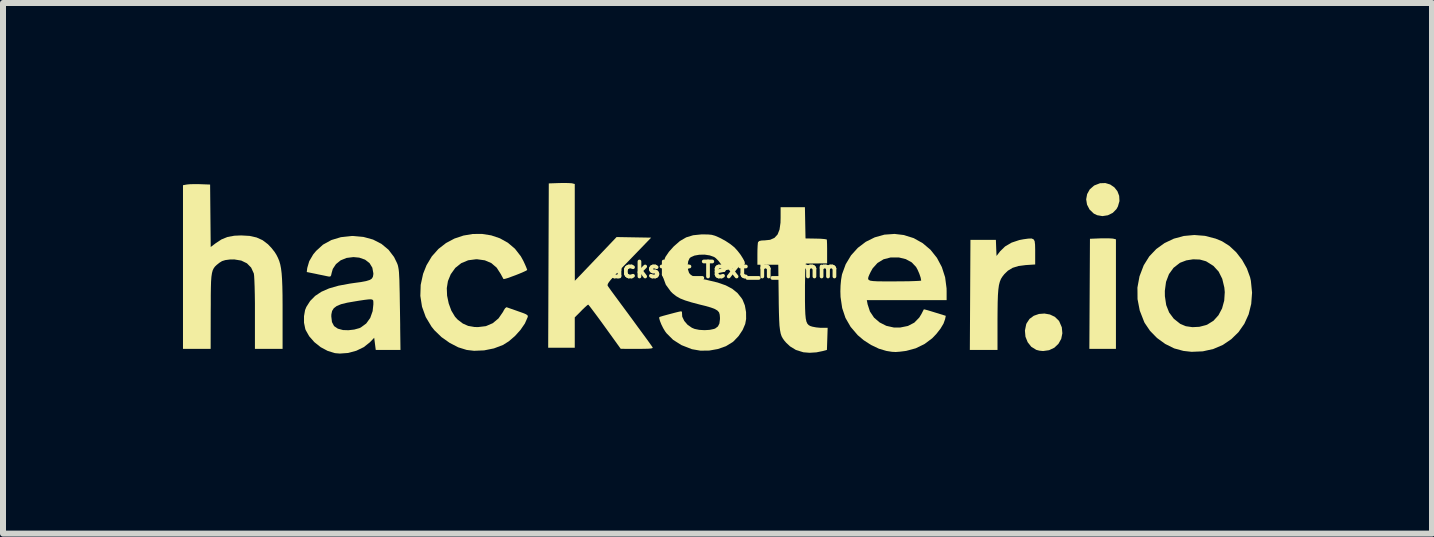
<source format=kicad_pcb>
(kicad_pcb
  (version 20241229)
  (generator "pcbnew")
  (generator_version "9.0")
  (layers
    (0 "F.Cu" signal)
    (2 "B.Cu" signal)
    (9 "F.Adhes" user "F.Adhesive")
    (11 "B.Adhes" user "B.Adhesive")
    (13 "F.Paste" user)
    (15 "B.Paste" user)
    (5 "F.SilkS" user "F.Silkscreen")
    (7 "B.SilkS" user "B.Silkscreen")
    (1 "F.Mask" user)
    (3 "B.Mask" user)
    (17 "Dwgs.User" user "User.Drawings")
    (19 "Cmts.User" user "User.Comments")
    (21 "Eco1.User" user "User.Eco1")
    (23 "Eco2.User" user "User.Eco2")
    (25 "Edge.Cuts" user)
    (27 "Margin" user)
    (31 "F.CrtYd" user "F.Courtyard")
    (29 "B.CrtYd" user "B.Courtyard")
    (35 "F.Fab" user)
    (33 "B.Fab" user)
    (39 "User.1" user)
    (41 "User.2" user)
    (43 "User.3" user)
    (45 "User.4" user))
  (footprint "Hackster_Text_h_4mm"
    (layer "F.Cu")
    (at 8.882 1.446)
    (property "Reference" "Hackster_Text_h_4mm" (at 0 0 0) (layer "F.SilkS") (effects (font (size 0.25 0.25) (thickness 0.062))))
    (attr board_only exclude_from_pos_files exclude_from_bom)
    (fp_poly (pts (xy 6.56 -0.523) (xy 6.611 -0.52) (xy 6.624 -0.518) (xy 6.668 -0.507) (xy 6.668 0.406) (xy 6.668 1.319) (xy 6.447 1.319) (xy 6.225 1.319) (xy 6.23 0.401) (xy 6.235 -0.516) (xy 6.407 -0.523) (xy 6.488 -0.524)) (stroke (width 0) (type solid)) (fill yes) (layer "F.SilkS"))
    (fp_poly (pts (xy 6.572 -1.421) (xy 6.641 -1.374) (xy 6.692 -1.31) (xy 6.722 -1.232) (xy 6.727 -1.145) (xy 6.701 -1.055) (xy 6.677 -1.011) (xy 6.615 -0.948) (xy 6.534 -0.908) (xy 6.443 -0.894) (xy 6.355 -0.909) (xy 6.299 -0.936) (xy 6.228 -1.004) (xy 6.186 -1.086) (xy 6.172 -1.174) (xy 6.188 -1.261) (xy 6.232 -1.34) (xy 6.304 -1.403) (xy 6.31 -1.406) (xy 6.403 -1.442) (xy 6.492 -1.445)) (stroke (width 0) (type solid)) (fill yes) (layer "F.SilkS"))
    (fp_poly (pts (xy 5.568 0.746) (xy 5.65 0.785) (xy 5.715 0.848) (xy 5.724 0.862) (xy 5.766 0.96) (xy 5.775 1.059) (xy 5.756 1.152) (xy 5.71 1.234) (xy 5.642 1.299) (xy 5.554 1.341) (xy 5.454 1.355) (xy 5.394 1.349) (xy 5.342 1.336) (xy 5.34 1.335) (xy 5.257 1.284) (xy 5.197 1.208) (xy 5.16 1.116) (xy 5.151 1.014) (xy 5.172 0.91) (xy 5.179 0.893) (xy 5.228 0.819) (xy 5.299 0.767) (xy 5.385 0.737) (xy 5.477 0.73)) (stroke (width 0) (type solid)) (fill yes) (layer "F.SilkS"))
    (fp_poly (pts (xy 5.294 -0.508) (xy 5.313 -0.477) (xy 5.32 -0.42) (xy 5.322 -0.334) (xy 5.322 -0.297) (xy 5.322 -0.088) (xy 5.166 -0.078) (xy 5.043 -0.062) (xy 4.946 -0.032) (xy 4.867 0.016) (xy 4.809 0.072) (xy 4.778 0.111) (xy 4.752 0.152) (xy 4.733 0.199) (xy 4.718 0.257) (xy 4.708 0.331) (xy 4.701 0.424) (xy 4.697 0.541) (xy 4.695 0.687) (xy 4.694 0.833) (xy 4.694 1.337) (xy 4.464 1.337) (xy 4.233 1.337) (xy 4.238 0.42) (xy 4.243 -0.498) (xy 4.455 -0.498) (xy 4.667 -0.498) (xy 4.672 -0.364) (xy 4.678 -0.23) (xy 4.738 -0.308) (xy 4.82 -0.388) (xy 4.929 -0.452) (xy 5.058 -0.495) (xy 5.127 -0.508) (xy 5.206 -0.519) (xy 5.261 -0.521)) (stroke (width 0) (type solid)) (fill yes) (layer "F.SilkS"))
    (fp_poly (pts (xy -2.459 -1.445) (xy -2.408 -1.442) (xy -2.395 -1.44) (xy -2.352 -1.429) (xy -2.352 -0.622) (xy -2.351 0.184) (xy -2.236 0.065) (xy -2.184 0.01) (xy -2.114 -0.063) (xy -2.032 -0.149) (xy -1.946 -0.239) (xy -1.888 -0.3) (xy -1.655 -0.545) (xy -1.367 -0.54) (xy -1.079 -0.535) (xy -1.451 -0.15) (xy -1.559 -0.039) (xy -1.644 0.05) (xy -1.707 0.118) (xy -1.753 0.169) (xy -1.783 0.207) (xy -1.799 0.233) (xy -1.805 0.252) (xy -1.804 0.265) (xy -1.801 0.271) (xy -1.782 0.298) (xy -1.746 0.349) (xy -1.696 0.417) (xy -1.637 0.497) (xy -1.598 0.55) (xy -1.49 0.696) (xy -1.389 0.833) (xy -1.298 0.958) (xy -1.217 1.068) (xy -1.15 1.159) (xy -1.099 1.23) (xy -1.066 1.277) (xy -1.053 1.296) (xy -1.056 1.305) (xy -1.078 1.312) (xy -1.125 1.316) (xy -1.2 1.318) (xy -1.307 1.319) (xy -1.313 1.319) (xy -1.586 1.318) (xy -1.851 0.95) (xy -1.925 0.848) (xy -1.992 0.757) (xy -2.049 0.681) (xy -2.092 0.624) (xy -2.12 0.589) (xy -2.129 0.581) (xy -2.146 0.593) (xy -2.183 0.626) (xy -2.231 0.672) (xy -2.246 0.688) (xy -2.352 0.794) (xy -2.352 1.047) (xy -2.352 1.3) (xy -2.573 1.3) (xy -2.795 1.3) (xy -2.79 -0.069) (xy -2.785 -1.439) (xy -2.612 -1.445) (xy -2.531 -1.446)) (stroke (width 0) (type solid)) (fill yes) (layer "F.SilkS"))
    (fp_poly (pts (xy -8.624 -1.427) (xy -8.596 -1.426) (xy -8.43 -1.42) (xy -8.425 -0.9) (xy -8.42 -0.379) (xy -8.338 -0.441) (xy -8.241 -0.505) (xy -8.141 -0.546) (xy -8.027 -0.567) (xy -7.913 -0.572) (xy -7.772 -0.564) (xy -7.656 -0.538) (xy -7.556 -0.493) (xy -7.466 -0.425) (xy -7.408 -0.364) (xy -7.353 -0.294) (xy -7.326 -0.251) (xy -7.3 -0.2) (xy -7.278 -0.147) (xy -7.261 -0.089) (xy -7.248 -0.022) (xy -7.238 0.058) (xy -7.231 0.156) (xy -7.226 0.277) (xy -7.223 0.423) (xy -7.222 0.6) (xy -7.222 0.706) (xy -7.222 1.319) (xy -7.452 1.319) (xy -7.683 1.319) (xy -7.683 0.724) (xy -7.683 0.558) (xy -7.685 0.41) (xy -7.688 0.282) (xy -7.692 0.179) (xy -7.696 0.105) (xy -7.701 0.063) (xy -7.702 0.061) (xy -7.746 -0.036) (xy -7.816 -0.107) (xy -7.911 -0.153) (xy -8.027 -0.172) (xy -8.099 -0.171) (xy -8.176 -0.161) (xy -8.231 -0.144) (xy -8.279 -0.114) (xy -8.288 -0.106) (xy -8.322 -0.079) (xy -8.349 -0.053) (xy -8.37 -0.024) (xy -8.387 0.011) (xy -8.399 0.056) (xy -8.408 0.116) (xy -8.414 0.195) (xy -8.417 0.296) (xy -8.419 0.423) (xy -8.419 0.581) (xy -8.42 0.696) (xy -8.421 1.319) (xy -8.651 1.319) (xy -8.882 1.319) (xy -8.882 -0.045) (xy -8.882 -1.409) (xy -8.822 -1.42) (xy -8.776 -1.425) (xy -8.706 -1.427)) (stroke (width 0) (type solid)) (fill yes) (layer "F.SilkS"))
    (fp_poly (pts (xy 8.152 -0.565) (xy 8.329 -0.519) (xy 8.436 -0.475) (xy 8.558 -0.398) (xy 8.672 -0.292) (xy 8.771 -0.164) (xy 8.85 -0.023) (xy 8.904 0.125) (xy 8.917 0.183) (xy 8.937 0.382) (xy 8.923 0.569) (xy 8.88 0.743) (xy 8.808 0.901) (xy 8.711 1.04) (xy 8.59 1.158) (xy 8.45 1.253) (xy 8.291 1.321) (xy 8.116 1.36) (xy 7.929 1.368) (xy 7.793 1.353) (xy 7.639 1.311) (xy 7.49 1.237) (xy 7.353 1.138) (xy 7.236 1.018) (xy 7.146 0.885) (xy 7.138 0.868) (xy 7.065 0.681) (xy 7.028 0.49) (xy 7.027 0.352) (xy 7.483 0.352) (xy 7.484 0.441) (xy 7.506 0.589) (xy 7.555 0.713) (xy 7.632 0.816) (xy 7.74 0.902) (xy 7.832 0.941) (xy 7.942 0.957) (xy 8.059 0.951) (xy 8.171 0.922) (xy 8.191 0.914) (xy 8.294 0.85) (xy 8.377 0.758) (xy 8.437 0.645) (xy 8.473 0.514) (xy 8.482 0.373) (xy 8.475 0.297) (xy 8.44 0.151) (xy 8.38 0.031) (xy 8.293 -0.064) (xy 8.179 -0.136) (xy 8.164 -0.143) (xy 8.066 -0.17) (xy 7.954 -0.174) (xy 7.841 -0.156) (xy 7.741 -0.118) (xy 7.73 -0.112) (xy 7.628 -0.032) (xy 7.552 0.073) (xy 7.503 0.202) (xy 7.483 0.352) (xy 7.027 0.352) (xy 7.026 0.298) (xy 7.061 0.109) (xy 7.131 -0.074) (xy 7.132 -0.076) (xy 7.224 -0.223) (xy 7.341 -0.346) (xy 7.479 -0.445) (xy 7.633 -0.518) (xy 7.8 -0.563) (xy 7.974 -0.579)) (stroke (width 0) (type solid)) (fill yes) (layer "F.SilkS"))
    (fp_poly (pts (xy 1.489 -0.782) (xy 1.494 -0.522) (xy 1.669 -0.519) (xy 1.745 -0.517) (xy 1.806 -0.512) (xy 1.842 -0.506) (xy 1.849 -0.503) (xy 1.851 -0.479) (xy 1.853 -0.428) (xy 1.854 -0.356) (xy 1.854 -0.297) (xy 1.854 -0.106) (xy 1.683 -0.105) (xy 1.607 -0.104) (xy 1.545 -0.103) (xy 1.506 -0.103) (xy 1.499 -0.102) (xy 1.495 -0.084) (xy 1.492 -0.035) (xy 1.489 0.042) (xy 1.487 0.141) (xy 1.485 0.257) (xy 1.485 0.361) (xy 1.485 0.518) (xy 1.487 0.644) (xy 1.491 0.74) (xy 1.498 0.812) (xy 1.509 0.864) (xy 1.525 0.899) (xy 1.546 0.922) (xy 1.574 0.938) (xy 1.609 0.949) (xy 1.672 0.961) (xy 1.745 0.968) (xy 1.771 0.968) (xy 1.863 0.968) (xy 1.857 1.152) (xy 1.851 1.336) (xy 1.783 1.355) (xy 1.675 1.377) (xy 1.562 1.384) (xy 1.462 1.376) (xy 1.453 1.374) (xy 1.334 1.337) (xy 1.236 1.277) (xy 1.173 1.218) (xy 1.141 1.181) (xy 1.116 1.146) (xy 1.095 1.108) (xy 1.08 1.063) (xy 1.069 1.005) (xy 1.06 0.931) (xy 1.055 0.836) (xy 1.051 0.716) (xy 1.048 0.566) (xy 1.047 0.457) (xy 1.04 -0.083) (xy 0.866 -0.083) (xy 0.692 -0.083) (xy 0.692 -0.257) (xy 0.693 -0.336) (xy 0.696 -0.403) (xy 0.7 -0.448) (xy 0.703 -0.46) (xy 0.722 -0.479) (xy 0.767 -0.488) (xy 0.809 -0.489) (xy 0.904 -0.499) (xy 0.976 -0.531) (xy 1.028 -0.587) (xy 1.061 -0.67) (xy 1.077 -0.784) (xy 1.079 -0.865) (xy 1.079 -1.042) (xy 1.281 -1.042) (xy 1.484 -1.042)) (stroke (width 0) (type solid)) (fill yes) (layer "F.SilkS"))
    (fp_poly (pts (xy -3.745 -0.573) (xy -3.6 -0.524) (xy -3.467 -0.45) (xy -3.349 -0.35) (xy -3.251 -0.224) (xy -3.209 -0.148) (xy -3.179 -0.083) (xy -3.157 -0.031) (xy -3.146 -0.001) (xy -3.145 0.003) (xy -3.161 0.015) (xy -3.204 0.035) (xy -3.264 0.061) (xy -3.334 0.089) (xy -3.405 0.115) (xy -3.468 0.138) (xy -3.516 0.152) (xy -3.539 0.155) (xy -3.54 0.155) (xy -3.551 0.135) (xy -3.573 0.095) (xy -3.584 0.074) (xy -3.654 -0.035) (xy -3.743 -0.111) (xy -3.851 -0.157) (xy -3.981 -0.175) (xy -3.996 -0.175) (xy -4.128 -0.158) (xy -4.245 -0.109) (xy -4.343 -0.031) (xy -4.419 0.075) (xy -4.466 0.189) (xy -4.485 0.306) (xy -4.48 0.433) (xy -4.453 0.562) (xy -4.409 0.682) (xy -4.348 0.783) (xy -4.303 0.832) (xy -4.217 0.897) (xy -4.129 0.936) (xy -4.025 0.954) (xy -3.966 0.956) (xy -3.833 0.94) (xy -3.719 0.891) (xy -3.623 0.811) (xy -3.547 0.701) (xy -3.537 0.68) (xy -3.513 0.642) (xy -3.491 0.625) (xy -3.487 0.625) (xy -3.462 0.634) (xy -3.411 0.652) (xy -3.342 0.676) (xy -3.297 0.692) (xy -3.218 0.72) (xy -3.169 0.74) (xy -3.143 0.756) (xy -3.134 0.772) (xy -3.137 0.79) (xy -3.183 0.895) (xy -3.257 1.003) (xy -3.349 1.105) (xy -3.453 1.194) (xy -3.549 1.254) (xy -3.699 1.311) (xy -3.863 1.344) (xy -4.03 1.351) (xy -4.152 1.337) (xy -4.294 1.293) (xy -4.437 1.219) (xy -4.573 1.123) (xy -4.69 1.01) (xy -4.74 0.948) (xy -4.836 0.788) (xy -4.898 0.616) (xy -4.926 0.436) (xy -4.92 0.252) (xy -4.88 0.068) (xy -4.823 -0.075) (xy -4.735 -0.222) (xy -4.625 -0.346) (xy -4.498 -0.445) (xy -4.357 -0.52) (xy -4.207 -0.57) (xy -4.053 -0.596) (xy -3.897 -0.597)) (stroke (width 0) (type solid)) (fill yes) (layer "F.SilkS"))
    (fp_poly (pts (xy 3.13 -0.579) (xy 3.297 -0.527) (xy 3.447 -0.443) (xy 3.577 -0.333) (xy 3.684 -0.199) (xy 3.766 -0.045) (xy 3.821 0.126) (xy 3.845 0.31) (xy 3.846 0.358) (xy 3.846 0.507) (xy 3.181 0.507) (xy 2.516 0.507) (xy 2.529 0.576) (xy 2.568 0.696) (xy 2.636 0.798) (xy 2.729 0.878) (xy 2.841 0.935) (xy 2.967 0.963) (xy 3.072 0.963) (xy 3.201 0.937) (xy 3.307 0.882) (xy 3.389 0.798) (xy 3.426 0.738) (xy 3.449 0.693) (xy 3.464 0.664) (xy 3.467 0.66) (xy 3.485 0.663) (xy 3.53 0.675) (xy 3.596 0.695) (xy 3.651 0.712) (xy 3.832 0.768) (xy 3.82 0.825) (xy 3.794 0.898) (xy 3.743 0.983) (xy 3.675 1.07) (xy 3.605 1.143) (xy 3.479 1.237) (xy 3.332 1.309) (xy 3.174 1.352) (xy 3.154 1.355) (xy 3.065 1.366) (xy 2.997 1.371) (xy 2.936 1.368) (xy 2.866 1.357) (xy 2.841 1.353) (xy 2.717 1.316) (xy 2.587 1.254) (xy 2.463 1.174) (xy 2.364 1.09) (xy 2.246 0.952) (xy 2.16 0.803) (xy 2.105 0.638) (xy 2.078 0.454) (xy 2.075 0.36) (xy 2.078 0.263) (xy 2.087 0.167) (xy 2.09 0.149) (xy 2.537 0.149) (xy 2.546 0.169) (xy 2.573 0.182) (xy 2.622 0.189) (xy 2.697 0.193) (xy 2.799 0.194) (xy 2.934 0.194) (xy 2.979 0.194) (xy 3.102 0.193) (xy 3.213 0.192) (xy 3.304 0.189) (xy 3.373 0.186) (xy 3.413 0.183) (xy 3.422 0.18) (xy 3.413 0.131) (xy 3.391 0.066) (xy 3.362 -0.000327) (xy 3.337 -0.046) (xy 3.264 -0.123) (xy 3.165 -0.177) (xy 3.049 -0.205) (xy 2.914 -0.205) (xy 2.794 -0.174) (xy 2.693 -0.112) (xy 2.613 -0.023) (xy 2.58 0.036) (xy 2.557 0.084) (xy 2.542 0.121) (xy 2.537 0.149) (xy 2.09 0.149) (xy 2.1 0.089) (xy 2.103 0.075) (xy 2.164 -0.092) (xy 2.253 -0.24) (xy 2.366 -0.365) (xy 2.499 -0.466) (xy 2.648 -0.54) (xy 2.809 -0.585) (xy 2.978 -0.597)) (stroke (width 0) (type solid)) (fill yes) (layer "F.SilkS"))
    (fp_poly (pts (xy -5.874 -0.547) (xy -5.714 -0.503) (xy -5.574 -0.431) (xy -5.456 -0.333) (xy -5.364 -0.212) (xy -5.317 -0.116) (xy -5.307 -0.092) (xy -5.299 -0.067) (xy -5.293 -0.038) (xy -5.287 -0.003) (xy -5.282 0.042) (xy -5.279 0.101) (xy -5.275 0.176) (xy -5.273 0.271) (xy -5.27 0.389) (xy -5.268 0.533) (xy -5.265 0.707) (xy -5.262 0.914) (xy -5.262 0.964) (xy -5.257 1.337) (xy -5.463 1.337) (xy -5.669 1.337) (xy -5.682 1.236) (xy -5.695 1.134) (xy -5.768 1.21) (xy -5.869 1.29) (xy -5.993 1.35) (xy -6.129 1.387) (xy -6.268 1.397) (xy -6.349 1.39) (xy -6.47 1.353) (xy -6.588 1.29) (xy -6.693 1.206) (xy -6.779 1.108) (xy -6.838 1.003) (xy -6.844 0.985) (xy -6.865 0.883) (xy -6.865 0.778) (xy -6.41 0.778) (xy -6.399 0.872) (xy -6.364 0.939) (xy -6.301 0.982) (xy -6.216 1.005) (xy -6.125 1.008) (xy -6.028 0.997) (xy -5.941 0.973) (xy -5.918 0.962) (xy -5.828 0.896) (xy -5.761 0.803) (xy -5.721 0.69) (xy -5.709 0.578) (xy -5.709 0.541) (xy -5.711 0.515) (xy -5.722 0.5) (xy -5.746 0.493) (xy -5.788 0.494) (xy -5.855 0.502) (xy -5.949 0.516) (xy -6.009 0.526) (xy -6.144 0.549) (xy -6.246 0.574) (xy -6.319 0.604) (xy -6.368 0.641) (xy -6.397 0.687) (xy -6.409 0.745) (xy -6.41 0.778) (xy -6.865 0.778) (xy -6.865 0.774) (xy -6.847 0.672) (xy -6.826 0.62) (xy -6.762 0.52) (xy -6.679 0.436) (xy -6.575 0.367) (xy -6.447 0.311) (xy -6.29 0.266) (xy -6.101 0.231) (xy -6.032 0.221) (xy -5.915 0.205) (xy -5.83 0.189) (xy -5.772 0.171) (xy -5.736 0.149) (xy -5.717 0.119) (xy -5.71 0.081) (xy -5.709 0.06) (xy -5.726 -0.034) (xy -5.773 -0.111) (xy -5.847 -0.168) (xy -5.945 -0.202) (xy -6.041 -0.211) (xy -6.155 -0.197) (xy -6.254 -0.157) (xy -6.332 -0.094) (xy -6.385 -0.014) (xy -6.403 0.049) (xy -6.414 0.096) (xy -6.429 0.114) (xy -6.454 0.113) (xy -6.489 0.106) (xy -6.55 0.093) (xy -6.625 0.078) (xy -6.656 0.071) (xy -6.819 0.038) (xy -6.811 -0.029) (xy -6.778 -0.142) (xy -6.712 -0.255) (xy -6.664 -0.313) (xy -6.549 -0.418) (xy -6.409 -0.495) (xy -6.25 -0.543) (xy -6.073 -0.562) (xy -6.051 -0.563)) (stroke (width 0) (type solid)) (fill yes) (layer "F.SilkS"))
    (fp_poly (pts (xy -0.13 -0.588) (xy -0.069 -0.582) (xy -0.015 -0.567) (xy 0.048 -0.54) (xy 0.087 -0.521) (xy 0.166 -0.477) (xy 0.243 -0.426) (xy 0.304 -0.377) (xy 0.31 -0.372) (xy 0.364 -0.312) (xy 0.414 -0.247) (xy 0.454 -0.183) (xy 0.479 -0.13) (xy 0.483 -0.096) (xy 0.483 -0.095) (xy 0.463 -0.082) (xy 0.417 -0.063) (xy 0.355 -0.042) (xy 0.285 -0.022) (xy 0.219 -0.004) (xy 0.165 0.007) (xy 0.141 0.009) (xy 0.124 -0.006) (xy 0.113 -0.035) (xy 0.089 -0.087) (xy 0.047 -0.144) (xy -0.001 -0.193) (xy -0.029 -0.213) (xy -0.102 -0.239) (xy -0.188 -0.252) (xy -0.277 -0.25) (xy -0.357 -0.236) (xy -0.418 -0.209) (xy -0.438 -0.192) (xy -0.461 -0.142) (xy -0.47 -0.074) (xy -0.465 -0.004) (xy -0.447 0.052) (xy -0.443 0.058) (xy -0.418 0.085) (xy -0.381 0.108) (xy -0.326 0.129) (xy -0.246 0.15) (xy -0.138 0.173) (xy 0.029 0.213) (xy 0.164 0.26) (xy 0.272 0.317) (xy 0.359 0.387) (xy 0.427 0.472) (xy 0.445 0.5) (xy 0.483 0.594) (xy 0.503 0.706) (xy 0.504 0.821) (xy 0.489 0.904) (xy 0.446 1.004) (xy 0.379 1.105) (xy 0.296 1.192) (xy 0.279 1.206) (xy 0.168 1.274) (xy 0.035 1.321) (xy -0.11 1.347) (xy -0.257 1.349) (xy -0.395 1.325) (xy -0.406 1.322) (xy -0.574 1.256) (xy -0.713 1.168) (xy -0.823 1.058) (xy -0.846 1.027) (xy -0.878 0.974) (xy -0.908 0.914) (xy -0.931 0.856) (xy -0.944 0.811) (xy -0.943 0.789) (xy -0.923 0.782) (xy -0.877 0.768) (xy -0.814 0.751) (xy -0.743 0.732) (xy -0.675 0.714) (xy -0.618 0.7) (xy -0.582 0.693) (xy -0.576 0.692) (xy -0.565 0.706) (xy -0.565 0.715) (xy -0.561 0.782) (xy -0.527 0.853) (xy -0.472 0.917) (xy -0.4 0.967) (xy -0.355 0.986) (xy -0.278 1.002) (xy -0.189 1.007) (xy -0.103 1.002) (xy -0.032 0.987) (xy -0.011 0.979) (xy 0.034 0.945) (xy 0.059 0.896) (xy 0.068 0.823) (xy 0.068 0.798) (xy 0.064 0.749) (xy 0.053 0.711) (xy 0.027 0.681) (xy -0.016 0.655) (xy -0.082 0.63) (xy -0.176 0.603) (xy -0.27 0.58) (xy -0.406 0.544) (xy -0.513 0.511) (xy -0.596 0.478) (xy -0.662 0.44) (xy -0.718 0.396) (xy -0.753 0.361) (xy -0.834 0.25) (xy -0.88 0.126) (xy -0.892 -0.009) (xy -0.891 -0.025) (xy -0.875 -0.124) (xy -0.841 -0.213) (xy -0.782 -0.3) (xy -0.702 -0.389) (xy -0.599 -0.479) (xy -0.494 -0.54) (xy -0.379 -0.575) (xy -0.242 -0.589) (xy -0.211 -0.589)) (stroke (width 0) (type solid)) (fill yes) (layer "F.SilkS")))
  (gr_rect
    (start -3 -3)
    (end 20.818 5.844)
    (stroke (width 0.1) (type default))
    (fill no)
    (layer "Edge.Cuts")))
</source>
